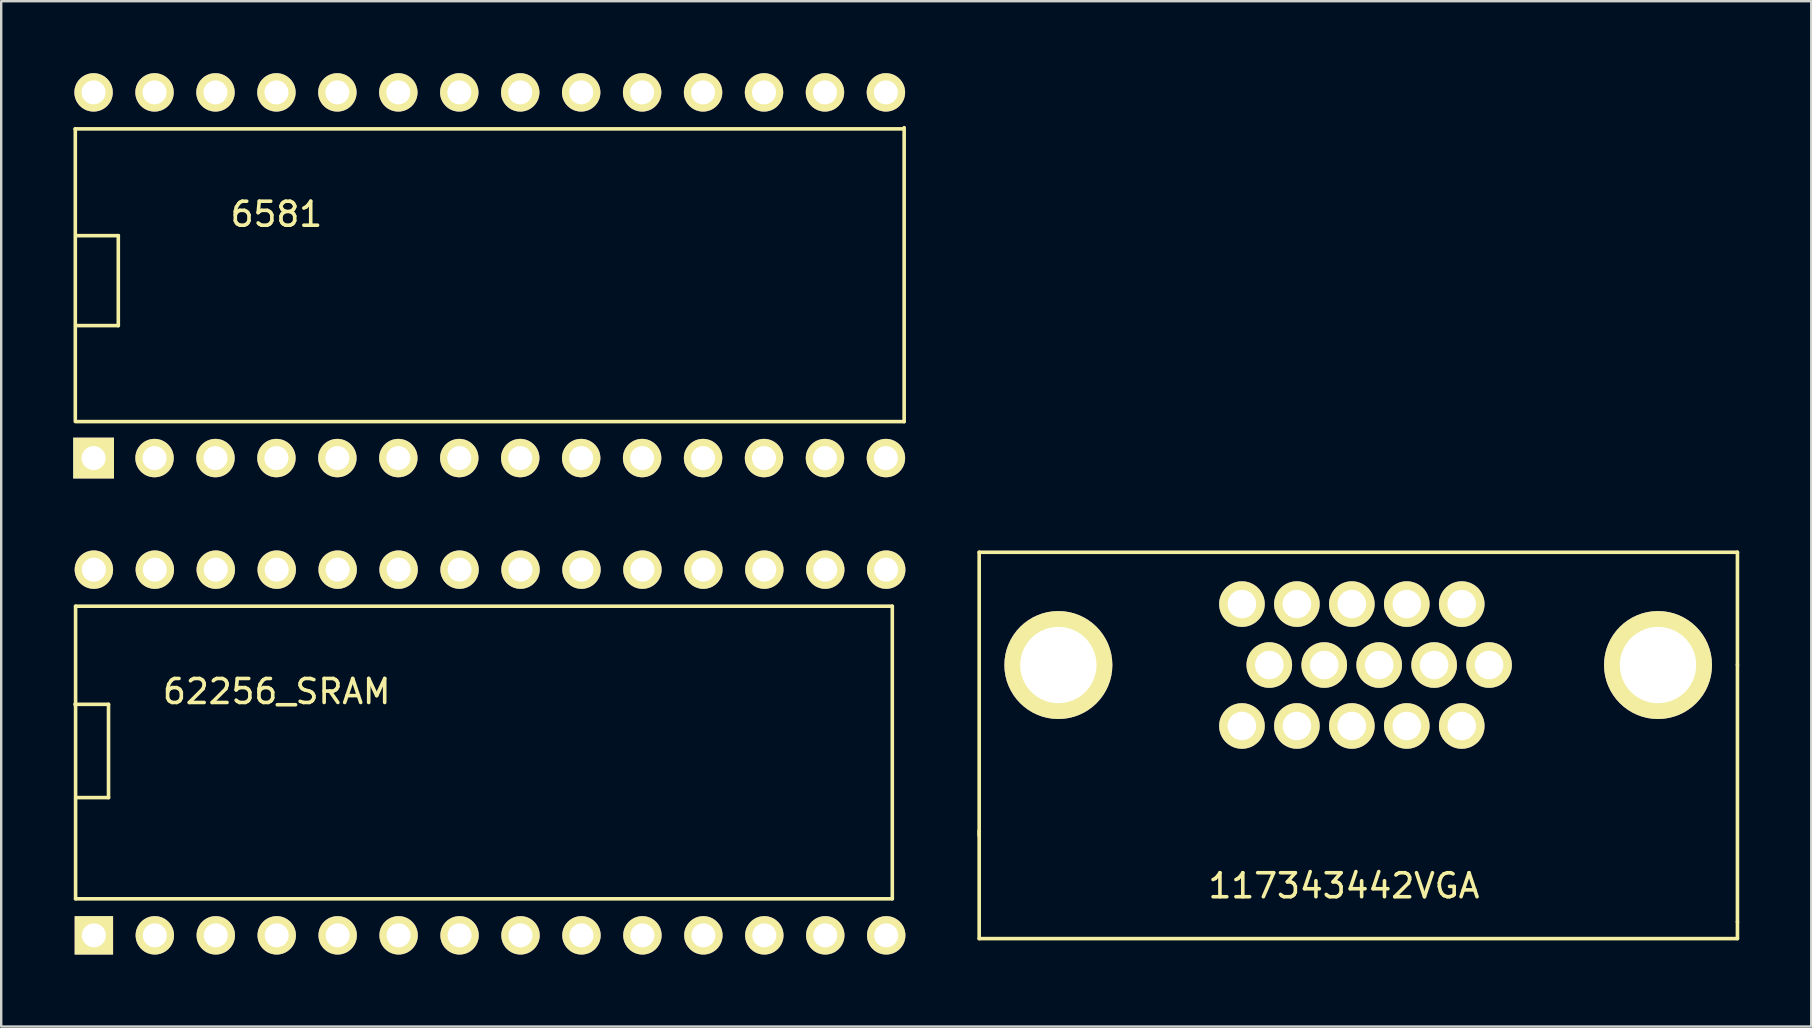
<source format=kicad_pcb>
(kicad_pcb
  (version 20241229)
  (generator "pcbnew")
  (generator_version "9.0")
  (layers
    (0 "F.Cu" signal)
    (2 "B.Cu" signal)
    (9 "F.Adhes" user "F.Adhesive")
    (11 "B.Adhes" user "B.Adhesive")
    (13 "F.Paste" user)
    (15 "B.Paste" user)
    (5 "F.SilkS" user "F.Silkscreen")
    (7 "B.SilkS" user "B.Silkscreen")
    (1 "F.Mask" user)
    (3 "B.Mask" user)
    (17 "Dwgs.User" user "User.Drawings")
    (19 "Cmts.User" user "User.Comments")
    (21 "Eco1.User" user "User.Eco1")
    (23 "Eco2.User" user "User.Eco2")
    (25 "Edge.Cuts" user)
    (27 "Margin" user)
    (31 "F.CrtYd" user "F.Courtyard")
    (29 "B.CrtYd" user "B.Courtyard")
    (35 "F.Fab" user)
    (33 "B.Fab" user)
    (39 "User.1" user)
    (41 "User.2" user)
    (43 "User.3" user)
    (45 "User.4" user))
  (footprint "117343442VGA"
    (layer "F.Cu")
    (at 52.957 24.665)
    (property "Reference" "117343442VGA" (at 0 9.2 0) (layer "F.SilkS") (effects (font (size 1 1) (thickness 0.15))))
    (attr through_hole)
    (fp_line (start -15.2 -4.7) (end -15.2 7.1) (stroke (width 0.15) (type solid)) (layer "F.SilkS"))
    (fp_line (start -15.2 11.4) (end -15.2 6.9) (stroke (width 0.15) (type solid)) (layer "F.SilkS"))
    (fp_line (start 16.4 -4.7) (end -15.2 -4.7) (stroke (width 0.15) (type solid)) (layer "F.SilkS"))
    (fp_line (start 16.4 0) (end 16.4 -4.7) (stroke (width 0.15) (type solid)) (layer "F.SilkS"))
    (fp_line (start 16.4 0) (end 16.4 10.7) (stroke (width 0.15) (type solid)) (layer "F.SilkS"))
    (fp_line (start 16.4 10.7) (end 16.4 11.4) (stroke (width 0.15) (type solid)) (layer "F.SilkS"))
    (fp_line (start 16.4 11.4) (end -15.2 11.4) (stroke (width 0.15) (type solid)) (layer "F.SilkS"))
    (pad "" thru_hole circle (at -11.9 0) (size 4.5 4.5) (drill 3.18) (layers "*.Cu" "*.Mask" "F.SilkS"))
    (pad "" thru_hole circle (at 13.09 0) (size 4.5 4.5) (drill 3.18) (layers "*.Cu" "*.Mask" "F.SilkS"))
    (pad "1" thru_hole circle (at 4.91 -2.54) (size 1.9 1.9) (drill 1.19) (layers "*.Cu" "*.Mask" "F.SilkS"))
    (pad "2" thru_hole circle (at 2.62 -2.54) (size 1.9 1.9) (drill 1.19) (layers "*.Cu" "*.Mask" "F.SilkS"))
    (pad "3" thru_hole circle (at 0.33 -2.54) (size 1.9 1.9) (drill 1.19) (layers "*.Cu" "*.Mask" "F.SilkS"))
    (pad "4" thru_hole circle (at -1.96 -2.54) (size 1.9 1.9) (drill 1.19) (layers "*.Cu" "*.Mask" "F.SilkS"))
    (pad "5" thru_hole circle (at -4.25 -2.54) (size 1.9 1.9) (drill 1.19) (layers "*.Cu" "*.Mask" "F.SilkS"))
    (pad "6" thru_hole circle (at 6.05 0) (size 1.9 1.9) (drill 1.19) (layers "*.Cu" "*.Mask" "F.SilkS"))
    (pad "7" thru_hole circle (at 3.76 0) (size 1.9 1.9) (drill 1.19) (layers "*.Cu" "*.Mask" "F.SilkS"))
    (pad "8" thru_hole circle (at 1.47 0) (size 1.9 1.9) (drill 1.19) (layers "*.Cu" "*.Mask" "F.SilkS"))
    (pad "9" thru_hole circle (at -0.82 0) (size 1.9 1.9) (drill 1.19) (layers "*.Cu" "*.Mask" "F.SilkS"))
    (pad "10" thru_hole circle (at -3.11 0) (size 1.9 1.9) (drill 1.19) (layers "*.Cu" "*.Mask" "F.SilkS"))
    (pad "11" thru_hole circle (at 4.91 2.54) (size 1.9 1.9) (drill 1.19) (layers "*.Cu" "*.Mask" "F.SilkS"))
    (pad "12" thru_hole circle (at 2.62 2.54) (size 1.9 1.9) (drill 1.19) (layers "*.Cu" "*.Mask" "F.SilkS"))
    (pad "13" thru_hole circle (at 0.33 2.54) (size 1.9 1.9) (drill 1.19) (layers "*.Cu" "*.Mask" "F.SilkS"))
    (pad "14" thru_hole circle (at -1.96 2.54) (size 1.9 1.9) (drill 1.19) (layers "*.Cu" "*.Mask" "F.SilkS"))
    (pad "15" thru_hole circle (at -4.25 2.54) (size 1.9 1.9) (drill 1.19) (layers "*.Cu" "*.Mask" "F.SilkS")))
  (footprint "6581"
    (layer "F.Cu")
    (at 0.88 16.02)
    (property "Reference" "6581" (at 7.59 -10.14 0) (layer "F.SilkS") (effects (font (size 1 1) (thickness 0.15))))
    (attr through_hole)
    (fp_line (start -0.8 -13.7) (end 33.7 -13.7) (stroke (width 0.15) (type solid)) (layer "F.SilkS"))
    (fp_line (start -0.792 -1.504) (end -0.792 -13.696) (stroke (width 0.15) (type solid)) (layer "F.SilkS"))
    (fp_line (start -0.75 -9.25) (end 1 -9.25) (stroke (width 0.15) (type solid)) (layer "F.SilkS"))
    (fp_line (start 1 -9.25) (end 1 -5.5) (stroke (width 0.15) (type solid)) (layer "F.SilkS"))
    (fp_line (start 1 -5.5) (end -0.75 -5.5) (stroke (width 0.15) (type solid)) (layer "F.SilkS"))
    (fp_line (start 33.75 -13.75) (end 33.75 -1.5) (stroke (width 0.15) (type solid)) (layer "F.SilkS"))
    (fp_line (start 33.75 -1.5) (end -0.75 -1.5) (stroke (width 0.15) (type solid)) (layer "F.SilkS"))
    (pad "1" thru_hole rect (at -0.03 0.02) (size 1.7 1.7) (drill 1) (layers "*.Cu" "*.Mask" "F.SilkS"))
    (pad "2" thru_hole circle (at 2.51 0.02) (size 1.6 1.6) (drill 1) (layers "*.Cu" "*.Mask" "F.SilkS"))
    (pad "3" thru_hole circle (at 5.05 0.02) (size 1.6 1.6) (drill 1) (layers "*.Cu" "*.Mask" "F.SilkS"))
    (pad "4" thru_hole circle (at 7.59 0.02) (size 1.6 1.6) (drill 1) (layers "*.Cu" "*.Mask" "F.SilkS"))
    (pad "5" thru_hole circle (at 10.13 0.02) (size 1.6 1.6) (drill 1) (layers "*.Cu" "*.Mask" "F.SilkS"))
    (pad "6" thru_hole circle (at 12.67 0.02) (size 1.6 1.6) (drill 1) (layers "*.Cu" "*.Mask" "F.SilkS"))
    (pad "7" thru_hole circle (at 15.21 0.02) (size 1.6 1.6) (drill 1) (layers "*.Cu" "*.Mask" "F.SilkS"))
    (pad "8" thru_hole circle (at 17.75 0.02) (size 1.6 1.6) (drill 1) (layers "*.Cu" "*.Mask" "F.SilkS"))
    (pad "9" thru_hole circle (at 20.29 0.02) (size 1.6 1.6) (drill 1) (layers "*.Cu" "*.Mask" "F.SilkS"))
    (pad "10" thru_hole circle (at 22.83 0.02) (size 1.6 1.6) (drill 1) (layers "*.Cu" "*.Mask" "F.SilkS"))
    (pad "11" thru_hole circle (at 25.37 0.02) (size 1.6 1.6) (drill 1) (layers "*.Cu" "*.Mask" "F.SilkS"))
    (pad "12" thru_hole circle (at 27.91 0.02) (size 1.6 1.6) (drill 1) (layers "*.Cu" "*.Mask" "F.SilkS"))
    (pad "13" thru_hole circle (at 30.45 0.02) (size 1.6 1.6) (drill 1) (layers "*.Cu" "*.Mask" "F.SilkS"))
    (pad "14" thru_hole circle (at 32.99 0.02) (size 1.6 1.6) (drill 1) (layers "*.Cu" "*.Mask" "F.SilkS"))
    (pad "15" thru_hole circle (at 32.99 -15.22) (size 1.6 1.6) (drill 1) (layers "*.Cu" "*.Mask" "F.SilkS"))
    (pad "16" thru_hole circle (at 30.45 -15.22) (size 1.6 1.6) (drill 1) (layers "*.Cu" "*.Mask" "F.SilkS"))
    (pad "17" thru_hole circle (at 27.91 -15.22) (size 1.6 1.6) (drill 1) (layers "*.Cu" "*.Mask" "F.SilkS"))
    (pad "18" thru_hole circle (at 25.37 -15.22) (size 1.6 1.6) (drill 1) (layers "*.Cu" "*.Mask" "F.SilkS"))
    (pad "19" thru_hole circle (at 22.83 -15.22) (size 1.6 1.6) (drill 1) (layers "*.Cu" "*.Mask" "F.SilkS"))
    (pad "20" thru_hole circle (at 20.29 -15.22) (size 1.6 1.6) (drill 1) (layers "*.Cu" "*.Mask" "F.SilkS"))
    (pad "21" thru_hole circle (at 17.75 -15.22) (size 1.6 1.6) (drill 1) (layers "*.Cu" "*.Mask" "F.SilkS"))
    (pad "22" thru_hole circle (at 15.21 -15.22) (size 1.6 1.6) (drill 1) (layers "*.Cu" "*.Mask" "F.SilkS"))
    (pad "23" thru_hole circle (at 12.67 -15.22) (size 1.6 1.6) (drill 1) (layers "*.Cu" "*.Mask" "F.SilkS"))
    (pad "24" thru_hole circle (at 10.13 -15.22) (size 1.6 1.6) (drill 1) (layers "*.Cu" "*.Mask" "F.SilkS"))
    (pad "25" thru_hole circle (at 7.59 -15.22) (size 1.6 1.6) (drill 1) (layers "*.Cu" "*.Mask" "F.SilkS"))
    (pad "26" thru_hole circle (at 5.05 -15.22) (size 1.6 1.6) (drill 1) (layers "*.Cu" "*.Mask" "F.SilkS"))
    (pad "27" thru_hole circle (at 2.51 -15.22) (size 1.6 1.6) (drill 1) (layers "*.Cu" "*.Mask" "F.SilkS"))
    (pad "28" thru_hole circle (at -0.03 -15.22) (size 1.6 1.6) (drill 1) (layers "*.Cu" "*.Mask" "F.SilkS")))
  (footprint "62256_SRAM"
    (layer "F.Cu")
    (at 0.862 35.93)
    (property "Reference" "62256_SRAM" (at 7.62 -10.16 0) (layer "F.SilkS") (effects (font (size 1 1) (thickness 0.15))))
    (attr through_hole)
    (fp_line (start -0.787 -9.627) (end 0.61 -9.627) (stroke (width 0.15) (type solid)) (layer "F.SilkS"))
    (fp_line (start -0.762 -13.716) (end 33.274 -13.716) (stroke (width 0.15) (type solid)) (layer "F.SilkS"))
    (fp_line (start -0.762 -1.524) (end -0.762 -13.716) (stroke (width 0.15) (type solid)) (layer "F.SilkS"))
    (fp_line (start 0.61 -9.627) (end 0.61 -5.74) (stroke (width 0.15) (type solid)) (layer "F.SilkS"))
    (fp_line (start 0.61 -5.74) (end -0.711 -5.74) (stroke (width 0.15) (type solid)) (layer "F.SilkS"))
    (fp_line (start 33.274 -13.716) (end 33.274 -1.524) (stroke (width 0.15) (type solid)) (layer "F.SilkS"))
    (fp_line (start 33.274 -1.524) (end -0.762 -1.524) (stroke (width 0.15) (type solid)) (layer "F.SilkS"))
    (pad "1" thru_hole rect (at 0 0) (size 1.6 1.6) (drill 1) (layers "*.Cu" "*.Mask" "F.SilkS"))
    (pad "2" thru_hole circle (at 2.54 0) (size 1.6 1.6) (drill 1) (layers "*.Cu" "*.Mask" "F.SilkS"))
    (pad "3" thru_hole circle (at 5.08 0) (size 1.6 1.6) (drill 1) (layers "*.Cu" "*.Mask" "F.SilkS"))
    (pad "4" thru_hole circle (at 7.62 0) (size 1.6 1.6) (drill 1) (layers "*.Cu" "*.Mask" "F.SilkS"))
    (pad "5" thru_hole circle (at 10.16 0) (size 1.6 1.6) (drill 1) (layers "*.Cu" "*.Mask" "F.SilkS"))
    (pad "6" thru_hole circle (at 12.7 0) (size 1.6 1.6) (drill 1) (layers "*.Cu" "*.Mask" "F.SilkS"))
    (pad "7" thru_hole circle (at 15.24 0) (size 1.6 1.6) (drill 1) (layers "*.Cu" "*.Mask" "F.SilkS"))
    (pad "8" thru_hole circle (at 17.78 0) (size 1.6 1.6) (drill 1) (layers "*.Cu" "*.Mask" "F.SilkS"))
    (pad "9" thru_hole circle (at 20.32 0) (size 1.6 1.6) (drill 1) (layers "*.Cu" "*.Mask" "F.SilkS"))
    (pad "10" thru_hole circle (at 22.86 0) (size 1.6 1.6) (drill 1) (layers "*.Cu" "*.Mask" "F.SilkS"))
    (pad "11" thru_hole circle (at 25.4 0) (size 1.6 1.6) (drill 1) (layers "*.Cu" "*.Mask" "F.SilkS"))
    (pad "12" thru_hole circle (at 27.94 0) (size 1.6 1.6) (drill 1) (layers "*.Cu" "*.Mask" "F.SilkS"))
    (pad "13" thru_hole circle (at 30.48 0) (size 1.6 1.6) (drill 1) (layers "*.Cu" "*.Mask" "F.SilkS"))
    (pad "14" thru_hole circle (at 33.02 0) (size 1.6 1.6) (drill 1) (layers "*.Cu" "*.Mask" "F.SilkS"))
    (pad "15" thru_hole circle (at 33.02 -15.24) (size 1.6 1.6) (drill 1) (layers "*.Cu" "*.Mask" "F.SilkS"))
    (pad "16" thru_hole circle (at 30.48 -15.24) (size 1.6 1.6) (drill 1) (layers "*.Cu" "*.Mask" "F.SilkS"))
    (pad "17" thru_hole circle (at 27.94 -15.24) (size 1.6 1.6) (drill 1) (layers "*.Cu" "*.Mask" "F.SilkS"))
    (pad "18" thru_hole circle (at 25.4 -15.24) (size 1.6 1.6) (drill 1) (layers "*.Cu" "*.Mask" "F.SilkS"))
    (pad "19" thru_hole circle (at 22.86 -15.24) (size 1.6 1.6) (drill 1) (layers "*.Cu" "*.Mask" "F.SilkS"))
    (pad "20" thru_hole circle (at 20.32 -15.24) (size 1.6 1.6) (drill 1) (layers "*.Cu" "*.Mask" "F.SilkS"))
    (pad "21" thru_hole circle (at 17.78 -15.24) (size 1.6 1.6) (drill 1) (layers "*.Cu" "*.Mask" "F.SilkS"))
    (pad "22" thru_hole circle (at 15.24 -15.24) (size 1.6 1.6) (drill 1) (layers "*.Cu" "*.Mask" "F.SilkS"))
    (pad "23" thru_hole circle (at 12.7 -15.24) (size 1.6 1.6) (drill 1) (layers "*.Cu" "*.Mask" "F.SilkS"))
    (pad "24" thru_hole circle (at 10.16 -15.24) (size 1.6 1.6) (drill 1) (layers "*.Cu" "*.Mask" "F.SilkS"))
    (pad "25" thru_hole circle (at 7.62 -15.24) (size 1.6 1.6) (drill 1) (layers "*.Cu" "*.Mask" "F.SilkS"))
    (pad "26" thru_hole circle (at 5.08 -15.24) (size 1.6 1.6) (drill 1) (layers "*.Cu" "*.Mask" "F.SilkS"))
    (pad "27" thru_hole circle (at 2.54 -15.24) (size 1.6 1.6) (drill 1) (layers "*.Cu" "*.Mask" "F.SilkS"))
    (pad "28" thru_hole circle (at 0 -15.24) (size 1.6 1.6) (drill 1) (layers "*.Cu" "*.Mask" "F.SilkS")))
  (gr_rect
    (start -3 -3)
    (end 72.432 39.73)
    (stroke (width 0.1) (type default))
    (fill no)
    (layer "Edge.Cuts")))
</source>
